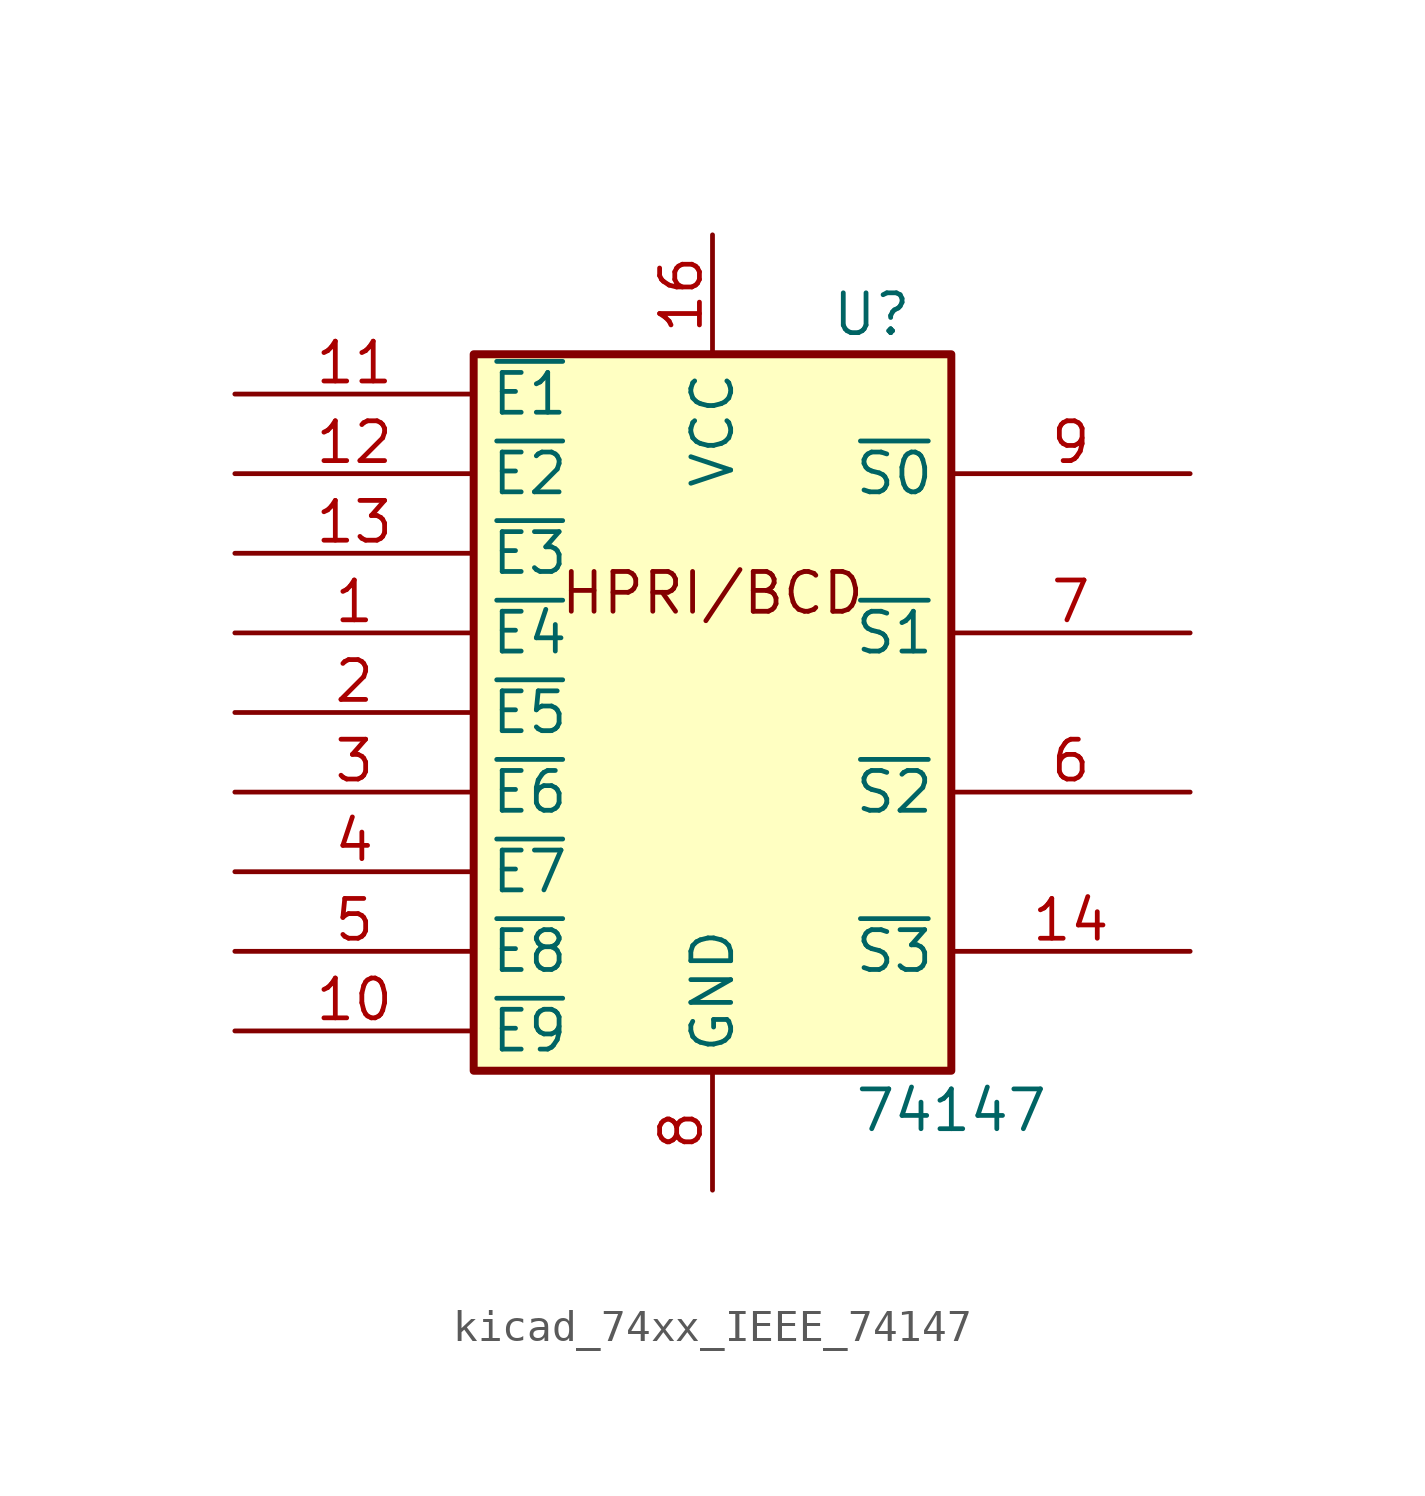
<source format=kicad_sym>
(kicad_symbol_lib
  (version 20220914)
  (generator kicad_symbol_editor)
  (symbol "kicad_74xx_IEEE_74147"
    (property "Reference" "U"
      (at 5.08 12.7 0)
      (effects (font (size 1.27 1.27))))
    (property "Value" "74147"
      (at 7.62 -12.7 0)
      (effects (font (size 1.27 1.27))))
    (symbol "kicad_74xx_IEEE_74147_0_0"
      (text "HPRI/BCD" (at 0 3.81 0) (effects (font (size 1.27 1.27))))
      (pin power_in line (at 0 15.24 270) (length 3.81) (name "VCC" (effects (font (size 1.27 1.27)))) (number "16" (effects (font (size 1.27 1.27)))))
      (pin power_in line (at 0 -15.24 90) (length 3.81) (name "GND" (effects (font (size 1.27 1.27)))) (number "8" (effects (font (size 1.27 1.27))))))
    (symbol "kicad_74xx_IEEE_74147_0_1"
      (rectangle (start -7.62 11.43) (end 7.62 -11.43) (stroke (width 0.254) (type default)) (fill (type background))))
    (symbol "kicad_74xx_IEEE_74147_1_1"
      (pin input line (at -15.24 2.54 0) (length 7.62) (name "~{E4}" (effects (font (size 1.27 1.27)))) (number "1" (effects (font (size 1.27 1.27)))))
      (pin input line (at -15.24 -10.16 0) (length 7.62) (name "~{E9}" (effects (font (size 1.27 1.27)))) (number "10" (effects (font (size 1.27 1.27)))))
      (pin input line (at -15.24 10.16 0) (length 7.62) (name "~{E1}" (effects (font (size 1.27 1.27)))) (number "11" (effects (font (size 1.27 1.27)))))
      (pin input line (at -15.24 7.62 0) (length 7.62) (name "~{E2}" (effects (font (size 1.27 1.27)))) (number "12" (effects (font (size 1.27 1.27)))))
      (pin input line (at -15.24 5.08 0) (length 7.62) (name "~{E3}" (effects (font (size 1.27 1.27)))) (number "13" (effects (font (size 1.27 1.27)))))
      (pin output line (at 15.24 -7.62 180) (length 7.62) (name "~{S3}" (effects (font (size 1.27 1.27)))) (number "14" (effects (font (size 1.27 1.27)))))
      (pin input line (at -15.24 0 0) (length 7.62) (name "~{E5}" (effects (font (size 1.27 1.27)))) (number "2" (effects (font (size 1.27 1.27)))))
      (pin input line (at -15.24 -2.54 0) (length 7.62) (name "~{E6}" (effects (font (size 1.27 1.27)))) (number "3" (effects (font (size 1.27 1.27)))))
      (pin input line (at -15.24 -5.08 0) (length 7.62) (name "~{E7}" (effects (font (size 1.27 1.27)))) (number "4" (effects (font (size 1.27 1.27)))))
      (pin input line (at -15.24 -7.62 0) (length 7.62) (name "~{E8}" (effects (font (size 1.27 1.27)))) (number "5" (effects (font (size 1.27 1.27)))))
      (pin output line (at 15.24 -2.54 180) (length 7.62) (name "~{S2}" (effects (font (size 1.27 1.27)))) (number "6" (effects (font (size 1.27 1.27)))))
      (pin output line (at 15.24 2.54 180) (length 7.62) (name "~{S1}" (effects (font (size 1.27 1.27)))) (number "7" (effects (font (size 1.27 1.27)))))
      (pin output line (at 15.24 7.62 180) (length 7.62) (name "~{S0}" (effects (font (size 1.27 1.27)))) (number "9" (effects (font (size 1.27 1.27))))))))
</source>
